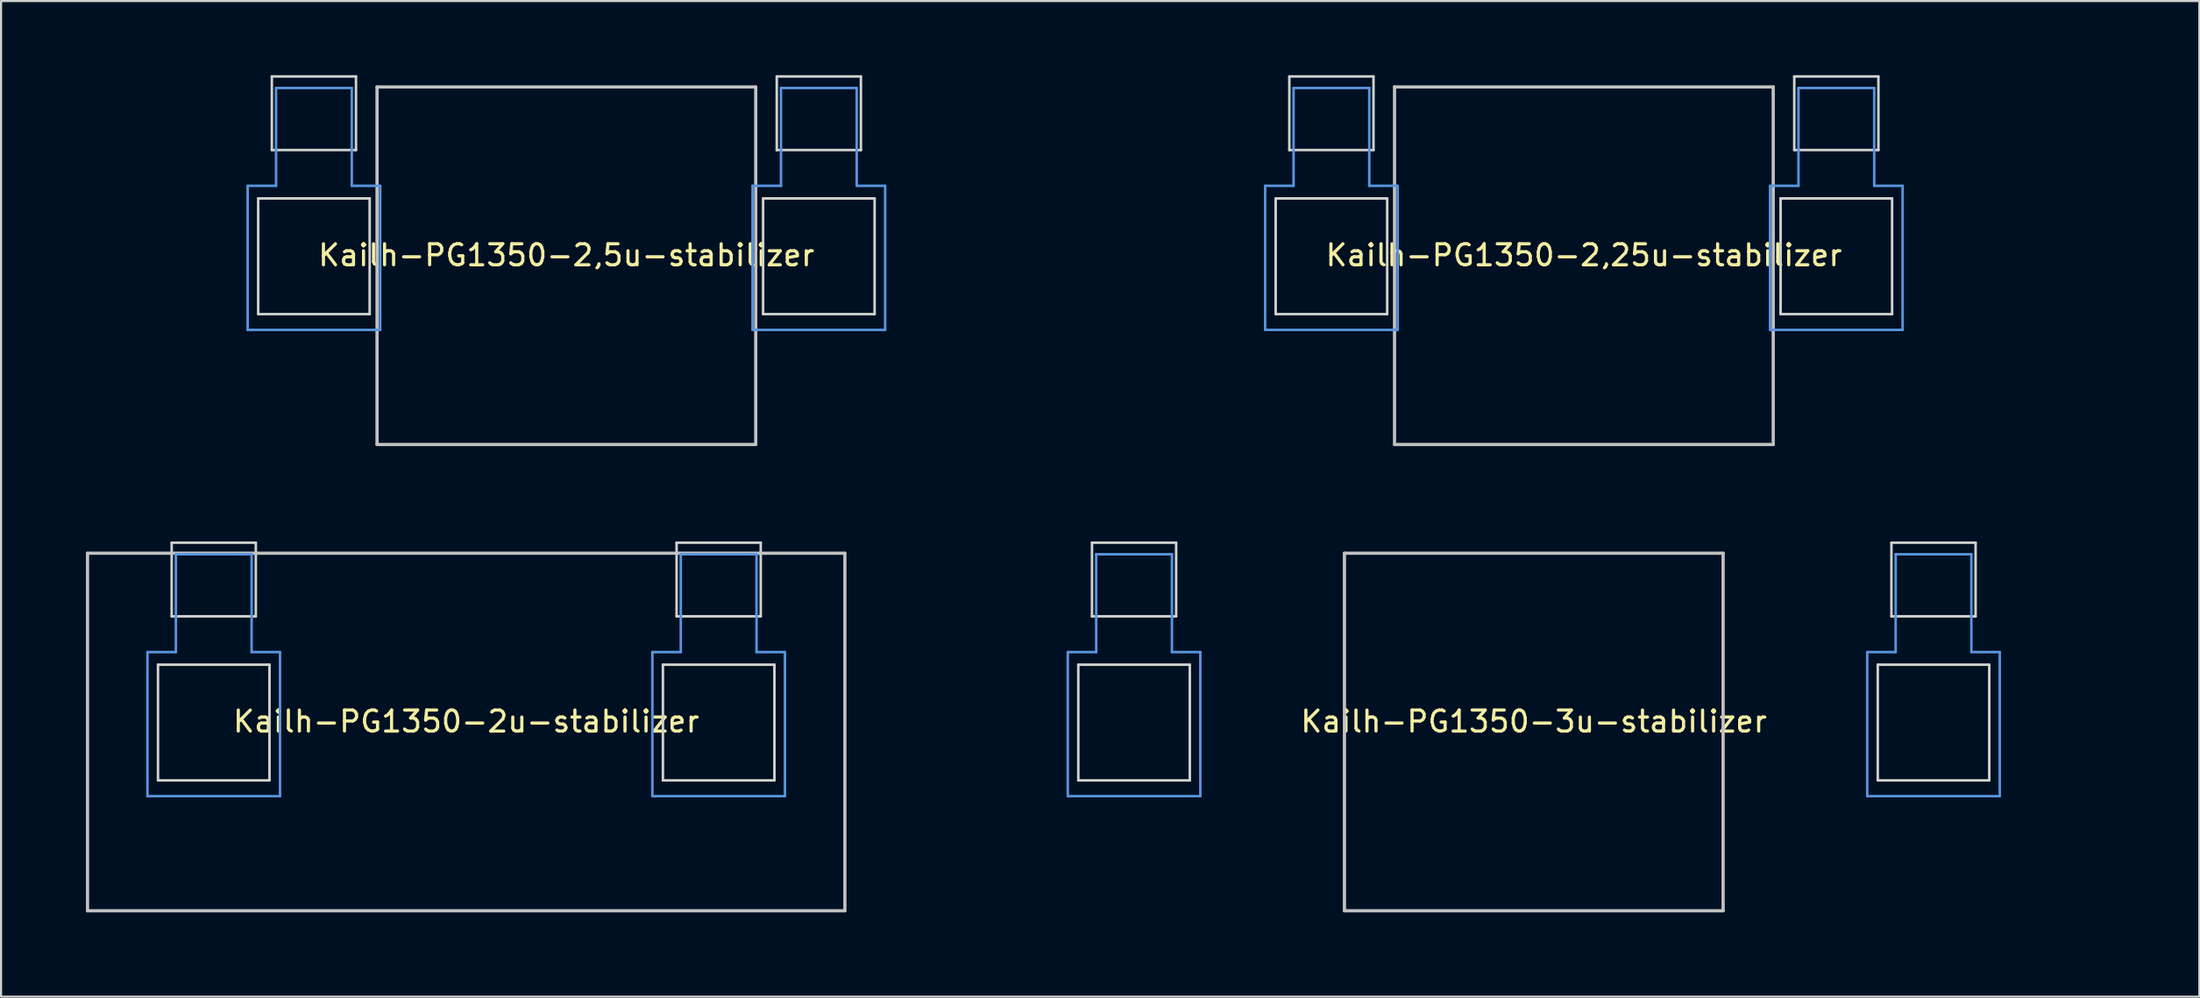
<source format=kicad_pcb>
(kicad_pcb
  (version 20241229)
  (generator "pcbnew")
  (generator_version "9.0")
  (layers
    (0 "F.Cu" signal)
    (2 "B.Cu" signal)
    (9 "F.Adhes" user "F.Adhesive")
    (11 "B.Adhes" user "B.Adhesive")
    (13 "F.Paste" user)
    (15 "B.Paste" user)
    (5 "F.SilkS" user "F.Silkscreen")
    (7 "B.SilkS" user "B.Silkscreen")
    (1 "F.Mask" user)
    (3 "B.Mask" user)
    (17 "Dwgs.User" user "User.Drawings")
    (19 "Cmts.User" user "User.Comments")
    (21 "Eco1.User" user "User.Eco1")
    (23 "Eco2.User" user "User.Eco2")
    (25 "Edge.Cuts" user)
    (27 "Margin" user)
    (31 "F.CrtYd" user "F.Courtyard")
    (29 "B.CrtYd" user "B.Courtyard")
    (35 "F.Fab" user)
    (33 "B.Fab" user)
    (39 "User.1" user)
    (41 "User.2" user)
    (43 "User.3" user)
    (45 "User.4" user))
  (footprint "Kailh-PG1350-2,5u-stabilizer"
    (layer "F.Cu")
    (at 23.872 9.585)
    (property "Reference" "Kailh-PG1350-2,5u-stabilizer" (at 0 -0.5 0) (unlocked yes) (layer "F.SilkS") (effects (font (size 1 1) (thickness 0.15))))
    (fp_line (start -9 -8.5) (end 9 -8.5) (stroke (width 0.152) (type solid)) (layer "Dwgs.User"))
    (fp_line (start -9 8.5) (end -9 -8.5) (stroke (width 0.152) (type solid)) (layer "Dwgs.User"))
    (fp_line (start 9 -8.5) (end 9 8.5) (stroke (width 0.152) (type solid)) (layer "Dwgs.User"))
    (fp_line (start 9 8.5) (end -9 8.5) (stroke (width 0.152) (type solid)) (layer "Dwgs.User"))
    (fp_line (start -15.15 -3.8) (end -13.8 -3.8) (stroke (width 0.12) (type solid)) (layer "Cmts.User"))
    (fp_line (start -15.15 3.05) (end -15.15 -3.8) (stroke (width 0.12) (type solid)) (layer "Cmts.User"))
    (fp_line (start -15.15 3.05) (end -8.85 3.05) (stroke (width 0.12) (type solid)) (layer "Cmts.User"))
    (fp_line (start -13.8 -8.45) (end -13.8 -3.8) (stroke (width 0.12) (type solid)) (layer "Cmts.User"))
    (fp_line (start -13.8 -8.45) (end -10.2 -8.45) (stroke (width 0.12) (type solid)) (layer "Cmts.User"))
    (fp_line (start -10.2 -8.45) (end -10.2 -3.8) (stroke (width 0.12) (type solid)) (layer "Cmts.User"))
    (fp_line (start -10.2 -3.8) (end -8.85 -3.8) (stroke (width 0.12) (type solid)) (layer "Cmts.User"))
    (fp_line (start -8.85 3.05) (end -8.85 -3.8) (stroke (width 0.12) (type solid)) (layer "Cmts.User"))
    (fp_line (start 8.85 -3.8) (end 10.2 -3.8) (stroke (width 0.12) (type solid)) (layer "Cmts.User"))
    (fp_line (start 8.85 3.05) (end 8.85 -3.8) (stroke (width 0.12) (type solid)) (layer "Cmts.User"))
    (fp_line (start 8.85 3.05) (end 15.15 3.05) (stroke (width 0.12) (type solid)) (layer "Cmts.User"))
    (fp_line (start 10.2 -8.45) (end 10.2 -3.8) (stroke (width 0.12) (type solid)) (layer "Cmts.User"))
    (fp_line (start 10.2 -8.45) (end 13.8 -8.45) (stroke (width 0.12) (type solid)) (layer "Cmts.User"))
    (fp_line (start 13.8 -8.45) (end 13.8 -3.8) (stroke (width 0.12) (type solid)) (layer "Cmts.User"))
    (fp_line (start 13.8 -3.8) (end 15.15 -3.8) (stroke (width 0.12) (type solid)) (layer "Cmts.User"))
    (fp_line (start 15.15 3.05) (end 15.15 -3.8) (stroke (width 0.12) (type solid)) (layer "Cmts.User"))
    (fp_line (start -23.812 -9.525) (end -23.812 9.525) (stroke (width 0.12) (type solid)) (layer "Eco1.User"))
    (fp_line (start -23.812 -9.525) (end 23.812 -9.525) (stroke (width 0.12) (type solid)) (layer "Eco1.User"))
    (fp_line (start -23.812 9.525) (end 23.812 9.525) (stroke (width 0.12) (type solid)) (layer "Eco1.User"))
    (fp_line (start 23.812 -9.525) (end 23.812 9.525) (stroke (width 0.12) (type solid)) (layer "Eco1.User"))
    (fp_line (start -7.5 -7.5) (end 7.5 -7.5) (stroke (width 0.152) (type solid)) (layer "Eco2.User"))
    (fp_line (start -7.5 7.5) (end -7.5 -7.5) (stroke (width 0.152) (type solid)) (layer "Eco2.User"))
    (fp_line (start 7.5 -7.5) (end 7.5 7.5) (stroke (width 0.152) (type solid)) (layer "Eco2.User"))
    (fp_line (start 7.5 7.5) (end -7.5 7.5) (stroke (width 0.152) (type solid)) (layer "Eco2.User"))
    (fp_line (start -14.65 -3.2) (end -14.65 2.3) (stroke (width 0.12) (type solid)) (layer "Edge.Cuts"))
    (fp_line (start -14.65 -3.2) (end -9.35 -3.2) (stroke (width 0.12) (type solid)) (layer "Edge.Cuts"))
    (fp_line (start -14.65 2.3) (end -9.35 2.3) (stroke (width 0.12) (type solid)) (layer "Edge.Cuts"))
    (fp_line (start -14 -9) (end -14 -5.5) (stroke (width 0.12) (type solid)) (layer "Edge.Cuts"))
    (fp_line (start -14 -9) (end -10 -9) (stroke (width 0.12) (type solid)) (layer "Edge.Cuts"))
    (fp_line (start -14 -5.5) (end -10 -5.5) (stroke (width 0.12) (type solid)) (layer "Edge.Cuts"))
    (fp_line (start -10 -5.5) (end -10 -9) (stroke (width 0.12) (type solid)) (layer "Edge.Cuts"))
    (fp_line (start -9.35 2.3) (end -9.35 -3.2) (stroke (width 0.12) (type solid)) (layer "Edge.Cuts"))
    (fp_line (start 9.35 -3.2) (end 9.35 2.3) (stroke (width 0.12) (type solid)) (layer "Edge.Cuts"))
    (fp_line (start 9.35 -3.2) (end 14.65 -3.2) (stroke (width 0.12) (type solid)) (layer "Edge.Cuts"))
    (fp_line (start 9.35 2.3) (end 14.65 2.3) (stroke (width 0.12) (type solid)) (layer "Edge.Cuts"))
    (fp_line (start 10 -9) (end 10 -5.5) (stroke (width 0.12) (type solid)) (layer "Edge.Cuts"))
    (fp_line (start 10 -9) (end 14 -9) (stroke (width 0.12) (type solid)) (layer "Edge.Cuts"))
    (fp_line (start 10 -5.5) (end 14 -5.5) (stroke (width 0.12) (type solid)) (layer "Edge.Cuts"))
    (fp_line (start 14 -5.5) (end 14 -9) (stroke (width 0.12) (type solid)) (layer "Edge.Cuts"))
    (fp_line (start 14.65 2.3) (end 14.65 -3.2) (stroke (width 0.12) (type solid)) (layer "Edge.Cuts")))
  (footprint "Kailh-PG1350-3u-stabilizer"
    (layer "F.Cu")
    (at 69.855 31.755)
    (property "Reference" "Kailh-PG1350-3u-stabilizer" (at 0 -0.5 0) (unlocked yes) (layer "F.SilkS") (effects (font (size 1 1) (thickness 0.15))))
    (fp_line (start -9 -8.5) (end 9 -8.5) (stroke (width 0.152) (type solid)) (layer "Dwgs.User"))
    (fp_line (start -9 8.5) (end -9 -8.5) (stroke (width 0.152) (type solid)) (layer "Dwgs.User"))
    (fp_line (start 9 -8.5) (end 9 8.5) (stroke (width 0.152) (type solid)) (layer "Dwgs.User"))
    (fp_line (start 9 8.5) (end -9 8.5) (stroke (width 0.152) (type solid)) (layer "Dwgs.User"))
    (fp_line (start -22.15 -3.8) (end -20.8 -3.8) (stroke (width 0.12) (type solid)) (layer "Cmts.User"))
    (fp_line (start -22.15 3.05) (end -22.15 -3.8) (stroke (width 0.12) (type solid)) (layer "Cmts.User"))
    (fp_line (start -22.15 3.05) (end -15.85 3.05) (stroke (width 0.12) (type solid)) (layer "Cmts.User"))
    (fp_line (start -20.8 -8.45) (end -20.8 -3.8) (stroke (width 0.12) (type solid)) (layer "Cmts.User"))
    (fp_line (start -20.8 -8.45) (end -17.2 -8.45) (stroke (width 0.12) (type solid)) (layer "Cmts.User"))
    (fp_line (start -17.2 -8.45) (end -17.2 -3.8) (stroke (width 0.12) (type solid)) (layer "Cmts.User"))
    (fp_line (start -17.2 -3.8) (end -15.85 -3.8) (stroke (width 0.12) (type solid)) (layer "Cmts.User"))
    (fp_line (start -15.85 3.05) (end -15.85 -3.8) (stroke (width 0.12) (type solid)) (layer "Cmts.User"))
    (fp_line (start 15.85 -3.8) (end 17.2 -3.8) (stroke (width 0.12) (type solid)) (layer "Cmts.User"))
    (fp_line (start 15.85 3.05) (end 15.85 -3.8) (stroke (width 0.12) (type solid)) (layer "Cmts.User"))
    (fp_line (start 15.85 3.05) (end 22.15 3.05) (stroke (width 0.12) (type solid)) (layer "Cmts.User"))
    (fp_line (start 17.2 -8.45) (end 17.2 -3.8) (stroke (width 0.12) (type solid)) (layer "Cmts.User"))
    (fp_line (start 17.2 -8.45) (end 20.8 -8.45) (stroke (width 0.12) (type solid)) (layer "Cmts.User"))
    (fp_line (start 20.8 -8.45) (end 20.8 -3.8) (stroke (width 0.12) (type solid)) (layer "Cmts.User"))
    (fp_line (start 20.8 -3.8) (end 22.15 -3.8) (stroke (width 0.12) (type solid)) (layer "Cmts.User"))
    (fp_line (start 22.15 3.05) (end 22.15 -3.8) (stroke (width 0.12) (type solid)) (layer "Cmts.User"))
    (fp_line (start -28.575 -9.525) (end -28.575 9.525) (stroke (width 0.12) (type solid)) (layer "Eco1.User"))
    (fp_line (start -28.575 -9.525) (end 28.575 -9.525) (stroke (width 0.12) (type solid)) (layer "Eco1.User"))
    (fp_line (start -28.575 9.525) (end 28.575 9.525) (stroke (width 0.12) (type solid)) (layer "Eco1.User"))
    (fp_line (start 28.575 -9.525) (end 28.575 9.525) (stroke (width 0.12) (type solid)) (layer "Eco1.User"))
    (fp_line (start -7.5 -7.5) (end 7.5 -7.5) (stroke (width 0.152) (type solid)) (layer "Eco2.User"))
    (fp_line (start -7.5 7.5) (end -7.5 -7.5) (stroke (width 0.152) (type solid)) (layer "Eco2.User"))
    (fp_line (start 7.5 -7.5) (end 7.5 7.5) (stroke (width 0.152) (type solid)) (layer "Eco2.User"))
    (fp_line (start 7.5 7.5) (end -7.5 7.5) (stroke (width 0.152) (type solid)) (layer "Eco2.User"))
    (fp_line (start -21.65 -3.2) (end -21.65 2.3) (stroke (width 0.12) (type solid)) (layer "Edge.Cuts"))
    (fp_line (start -21.65 -3.2) (end -16.35 -3.2) (stroke (width 0.12) (type solid)) (layer "Edge.Cuts"))
    (fp_line (start -21.65 2.3) (end -16.35 2.3) (stroke (width 0.12) (type solid)) (layer "Edge.Cuts"))
    (fp_line (start -21 -9) (end -21 -5.5) (stroke (width 0.12) (type solid)) (layer "Edge.Cuts"))
    (fp_line (start -21 -9) (end -17 -9) (stroke (width 0.12) (type solid)) (layer "Edge.Cuts"))
    (fp_line (start -21 -5.5) (end -17 -5.5) (stroke (width 0.12) (type solid)) (layer "Edge.Cuts"))
    (fp_line (start -17 -5.5) (end -17 -9) (stroke (width 0.12) (type solid)) (layer "Edge.Cuts"))
    (fp_line (start -16.35 2.3) (end -16.35 -3.2) (stroke (width 0.12) (type solid)) (layer "Edge.Cuts"))
    (fp_line (start 16.35 -3.2) (end 16.35 2.3) (stroke (width 0.12) (type solid)) (layer "Edge.Cuts"))
    (fp_line (start 16.35 -3.2) (end 21.65 -3.2) (stroke (width 0.12) (type solid)) (layer "Edge.Cuts"))
    (fp_line (start 16.35 2.3) (end 21.65 2.3) (stroke (width 0.12) (type solid)) (layer "Edge.Cuts"))
    (fp_line (start 17 -9) (end 17 -5.5) (stroke (width 0.12) (type solid)) (layer "Edge.Cuts"))
    (fp_line (start 17 -9) (end 21 -9) (stroke (width 0.12) (type solid)) (layer "Edge.Cuts"))
    (fp_line (start 17 -5.5) (end 21 -5.5) (stroke (width 0.12) (type solid)) (layer "Edge.Cuts"))
    (fp_line (start 21 -5.5) (end 21 -9) (stroke (width 0.12) (type solid)) (layer "Edge.Cuts"))
    (fp_line (start 21.65 2.3) (end 21.65 -3.2) (stroke (width 0.12) (type solid)) (layer "Edge.Cuts")))
  (footprint "Kailh-PG1350-2u-stabilizer"
    (layer "F.Cu")
    (at 19.11 31.755)
    (property "Reference" "Kailh-PG1350-2u-stabilizer" (at 0 -0.5 0) (unlocked yes) (layer "F.SilkS") (effects (font (size 1 1) (thickness 0.15))))
    (fp_line (start -18 -8.5) (end 18 -8.5) (stroke (width 0.152) (type solid)) (layer "Dwgs.User"))
    (fp_line (start -18 8.5) (end -18 -8.5) (stroke (width 0.152) (type solid)) (layer "Dwgs.User"))
    (fp_line (start 18 -8.5) (end 18 8.5) (stroke (width 0.152) (type solid)) (layer "Dwgs.User"))
    (fp_line (start 18 8.5) (end -18 8.5) (stroke (width 0.152) (type solid)) (layer "Dwgs.User"))
    (fp_line (start -15.15 -3.8) (end -13.8 -3.8) (stroke (width 0.12) (type solid)) (layer "Cmts.User"))
    (fp_line (start -15.15 3.05) (end -15.15 -3.8) (stroke (width 0.12) (type solid)) (layer "Cmts.User"))
    (fp_line (start -15.15 3.05) (end -8.85 3.05) (stroke (width 0.12) (type solid)) (layer "Cmts.User"))
    (fp_line (start -13.8 -8.45) (end -13.8 -3.8) (stroke (width 0.12) (type solid)) (layer "Cmts.User"))
    (fp_line (start -13.8 -8.45) (end -10.2 -8.45) (stroke (width 0.12) (type solid)) (layer "Cmts.User"))
    (fp_line (start -10.2 -8.45) (end -10.2 -3.8) (stroke (width 0.12) (type solid)) (layer "Cmts.User"))
    (fp_line (start -10.2 -3.8) (end -8.85 -3.8) (stroke (width 0.12) (type solid)) (layer "Cmts.User"))
    (fp_line (start -8.85 3.05) (end -8.85 -3.8) (stroke (width 0.12) (type solid)) (layer "Cmts.User"))
    (fp_line (start 8.85 -3.8) (end 10.2 -3.8) (stroke (width 0.12) (type solid)) (layer "Cmts.User"))
    (fp_line (start 8.85 3.05) (end 8.85 -3.8) (stroke (width 0.12) (type solid)) (layer "Cmts.User"))
    (fp_line (start 8.85 3.05) (end 15.15 3.05) (stroke (width 0.12) (type solid)) (layer "Cmts.User"))
    (fp_line (start 10.2 -8.45) (end 10.2 -3.8) (stroke (width 0.12) (type solid)) (layer "Cmts.User"))
    (fp_line (start 10.2 -8.45) (end 13.8 -8.45) (stroke (width 0.12) (type solid)) (layer "Cmts.User"))
    (fp_line (start 13.8 -8.45) (end 13.8 -3.8) (stroke (width 0.12) (type solid)) (layer "Cmts.User"))
    (fp_line (start 13.8 -3.8) (end 15.15 -3.8) (stroke (width 0.12) (type solid)) (layer "Cmts.User"))
    (fp_line (start 15.15 3.05) (end 15.15 -3.8) (stroke (width 0.12) (type solid)) (layer "Cmts.User"))
    (fp_line (start -19.05 -9.525) (end -19.05 9.525) (stroke (width 0.12) (type solid)) (layer "Eco1.User"))
    (fp_line (start -19.05 -9.525) (end 19.05 -9.525) (stroke (width 0.12) (type solid)) (layer "Eco1.User"))
    (fp_line (start -19.05 9.525) (end 19.05 9.525) (stroke (width 0.12) (type solid)) (layer "Eco1.User"))
    (fp_line (start 19.05 -9.525) (end 19.05 9.525) (stroke (width 0.12) (type solid)) (layer "Eco1.User"))
    (fp_line (start -7.5 -7.5) (end 7.5 -7.5) (stroke (width 0.152) (type solid)) (layer "Eco2.User"))
    (fp_line (start -7.5 7.5) (end -7.5 -7.5) (stroke (width 0.152) (type solid)) (layer "Eco2.User"))
    (fp_line (start 7.5 -7.5) (end 7.5 7.5) (stroke (width 0.152) (type solid)) (layer "Eco2.User"))
    (fp_line (start 7.5 7.5) (end -7.5 7.5) (stroke (width 0.152) (type solid)) (layer "Eco2.User"))
    (fp_line (start -14.65 -3.2) (end -14.65 2.3) (stroke (width 0.12) (type solid)) (layer "Edge.Cuts"))
    (fp_line (start -14.65 -3.2) (end -9.35 -3.2) (stroke (width 0.12) (type solid)) (layer "Edge.Cuts"))
    (fp_line (start -14.65 2.3) (end -9.35 2.3) (stroke (width 0.12) (type solid)) (layer "Edge.Cuts"))
    (fp_line (start -14 -9) (end -14 -5.5) (stroke (width 0.12) (type solid)) (layer "Edge.Cuts"))
    (fp_line (start -14 -9) (end -10 -9) (stroke (width 0.12) (type solid)) (layer "Edge.Cuts"))
    (fp_line (start -14 -5.5) (end -10 -5.5) (stroke (width 0.12) (type solid)) (layer "Edge.Cuts"))
    (fp_line (start -10 -5.5) (end -10 -9) (stroke (width 0.12) (type solid)) (layer "Edge.Cuts"))
    (fp_line (start -9.35 2.3) (end -9.35 -3.2) (stroke (width 0.12) (type solid)) (layer "Edge.Cuts"))
    (fp_line (start 9.35 -3.2) (end 9.35 2.3) (stroke (width 0.12) (type solid)) (layer "Edge.Cuts"))
    (fp_line (start 9.35 -3.2) (end 14.65 -3.2) (stroke (width 0.12) (type solid)) (layer "Edge.Cuts"))
    (fp_line (start 9.35 2.3) (end 14.65 2.3) (stroke (width 0.12) (type solid)) (layer "Edge.Cuts"))
    (fp_line (start 10 -9) (end 10 -5.5) (stroke (width 0.12) (type solid)) (layer "Edge.Cuts"))
    (fp_line (start 10 -9) (end 14 -9) (stroke (width 0.12) (type solid)) (layer "Edge.Cuts"))
    (fp_line (start 10 -5.5) (end 14 -5.5) (stroke (width 0.12) (type solid)) (layer "Edge.Cuts"))
    (fp_line (start 14 -5.5) (end 14 -9) (stroke (width 0.12) (type solid)) (layer "Edge.Cuts"))
    (fp_line (start 14.65 2.3) (end 14.65 -3.2) (stroke (width 0.12) (type solid)) (layer "Edge.Cuts")))
  (footprint "Kailh-PG1350-2,25u-stabilizer"
    (layer "F.Cu")
    (at 72.236 9.585)
    (property "Reference" "Kailh-PG1350-2,25u-stabilizer" (at 0 -0.5 0) (unlocked yes) (layer "F.SilkS") (effects (font (size 1 1) (thickness 0.15))))
    (fp_line (start -9 -8.5) (end 9 -8.5) (stroke (width 0.152) (type solid)) (layer "Dwgs.User"))
    (fp_line (start -9 8.5) (end -9 -8.5) (stroke (width 0.152) (type solid)) (layer "Dwgs.User"))
    (fp_line (start 9 -8.5) (end 9 8.5) (stroke (width 0.152) (type solid)) (layer "Dwgs.User"))
    (fp_line (start 9 8.5) (end -9 8.5) (stroke (width 0.152) (type solid)) (layer "Dwgs.User"))
    (fp_line (start -15.15 -3.8) (end -13.8 -3.8) (stroke (width 0.12) (type solid)) (layer "Cmts.User"))
    (fp_line (start -15.15 3.05) (end -15.15 -3.8) (stroke (width 0.12) (type solid)) (layer "Cmts.User"))
    (fp_line (start -15.15 3.05) (end -8.85 3.05) (stroke (width 0.12) (type solid)) (layer "Cmts.User"))
    (fp_line (start -13.8 -8.45) (end -13.8 -3.8) (stroke (width 0.12) (type solid)) (layer "Cmts.User"))
    (fp_line (start -13.8 -8.45) (end -10.2 -8.45) (stroke (width 0.12) (type solid)) (layer "Cmts.User"))
    (fp_line (start -10.2 -8.45) (end -10.2 -3.8) (stroke (width 0.12) (type solid)) (layer "Cmts.User"))
    (fp_line (start -10.2 -3.8) (end -8.85 -3.8) (stroke (width 0.12) (type solid)) (layer "Cmts.User"))
    (fp_line (start -8.85 3.05) (end -8.85 -3.8) (stroke (width 0.12) (type solid)) (layer "Cmts.User"))
    (fp_line (start 8.85 -3.8) (end 10.2 -3.8) (stroke (width 0.12) (type solid)) (layer "Cmts.User"))
    (fp_line (start 8.85 3.05) (end 8.85 -3.8) (stroke (width 0.12) (type solid)) (layer "Cmts.User"))
    (fp_line (start 8.85 3.05) (end 15.15 3.05) (stroke (width 0.12) (type solid)) (layer "Cmts.User"))
    (fp_line (start 10.2 -8.45) (end 10.2 -3.8) (stroke (width 0.12) (type solid)) (layer "Cmts.User"))
    (fp_line (start 10.2 -8.45) (end 13.8 -8.45) (stroke (width 0.12) (type solid)) (layer "Cmts.User"))
    (fp_line (start 13.8 -8.45) (end 13.8 -3.8) (stroke (width 0.12) (type solid)) (layer "Cmts.User"))
    (fp_line (start 13.8 -3.8) (end 15.15 -3.8) (stroke (width 0.12) (type solid)) (layer "Cmts.User"))
    (fp_line (start 15.15 3.05) (end 15.15 -3.8) (stroke (width 0.12) (type solid)) (layer "Cmts.User"))
    (fp_line (start -21.431 -9.525) (end -21.431 9.525) (stroke (width 0.12) (type solid)) (layer "Eco1.User"))
    (fp_line (start -21.431 -9.525) (end 21.431 -9.525) (stroke (width 0.12) (type solid)) (layer "Eco1.User"))
    (fp_line (start -21.431 9.525) (end 21.431 9.525) (stroke (width 0.12) (type solid)) (layer "Eco1.User"))
    (fp_line (start 21.431 -9.525) (end 21.431 9.525) (stroke (width 0.12) (type solid)) (layer "Eco1.User"))
    (fp_line (start -7.5 -7.5) (end 7.5 -7.5) (stroke (width 0.152) (type solid)) (layer "Eco2.User"))
    (fp_line (start -7.5 7.5) (end -7.5 -7.5) (stroke (width 0.152) (type solid)) (layer "Eco2.User"))
    (fp_line (start 7.5 -7.5) (end 7.5 7.5) (stroke (width 0.152) (type solid)) (layer "Eco2.User"))
    (fp_line (start 7.5 7.5) (end -7.5 7.5) (stroke (width 0.152) (type solid)) (layer "Eco2.User"))
    (fp_line (start -14.65 -3.2) (end -14.65 2.3) (stroke (width 0.12) (type solid)) (layer "Edge.Cuts"))
    (fp_line (start -14.65 -3.2) (end -9.35 -3.2) (stroke (width 0.12) (type solid)) (layer "Edge.Cuts"))
    (fp_line (start -14.65 2.3) (end -9.35 2.3) (stroke (width 0.12) (type solid)) (layer "Edge.Cuts"))
    (fp_line (start -14 -9) (end -14 -5.5) (stroke (width 0.12) (type solid)) (layer "Edge.Cuts"))
    (fp_line (start -14 -9) (end -10 -9) (stroke (width 0.12) (type solid)) (layer "Edge.Cuts"))
    (fp_line (start -14 -5.5) (end -10 -5.5) (stroke (width 0.12) (type solid)) (layer "Edge.Cuts"))
    (fp_line (start -10 -5.5) (end -10 -9) (stroke (width 0.12) (type solid)) (layer "Edge.Cuts"))
    (fp_line (start -9.35 2.3) (end -9.35 -3.2) (stroke (width 0.12) (type solid)) (layer "Edge.Cuts"))
    (fp_line (start 9.35 -3.2) (end 9.35 2.3) (stroke (width 0.12) (type solid)) (layer "Edge.Cuts"))
    (fp_line (start 9.35 -3.2) (end 14.65 -3.2) (stroke (width 0.12) (type solid)) (layer "Edge.Cuts"))
    (fp_line (start 9.35 2.3) (end 14.65 2.3) (stroke (width 0.12) (type solid)) (layer "Edge.Cuts"))
    (fp_line (start 10 -9) (end 10 -5.5) (stroke (width 0.12) (type solid)) (layer "Edge.Cuts"))
    (fp_line (start 10 -9) (end 14 -9) (stroke (width 0.12) (type solid)) (layer "Edge.Cuts"))
    (fp_line (start 10 -5.5) (end 14 -5.5) (stroke (width 0.12) (type solid)) (layer "Edge.Cuts"))
    (fp_line (start 14 -5.5) (end 14 -9) (stroke (width 0.12) (type solid)) (layer "Edge.Cuts"))
    (fp_line (start 14.65 2.3) (end 14.65 -3.2) (stroke (width 0.12) (type solid)) (layer "Edge.Cuts")))
  (gr_rect
    (start -3 -3)
    (end 101.49 44.34)
    (stroke (width 0.1) (type default))
    (fill no)
    (layer "Edge.Cuts")))
</source>
